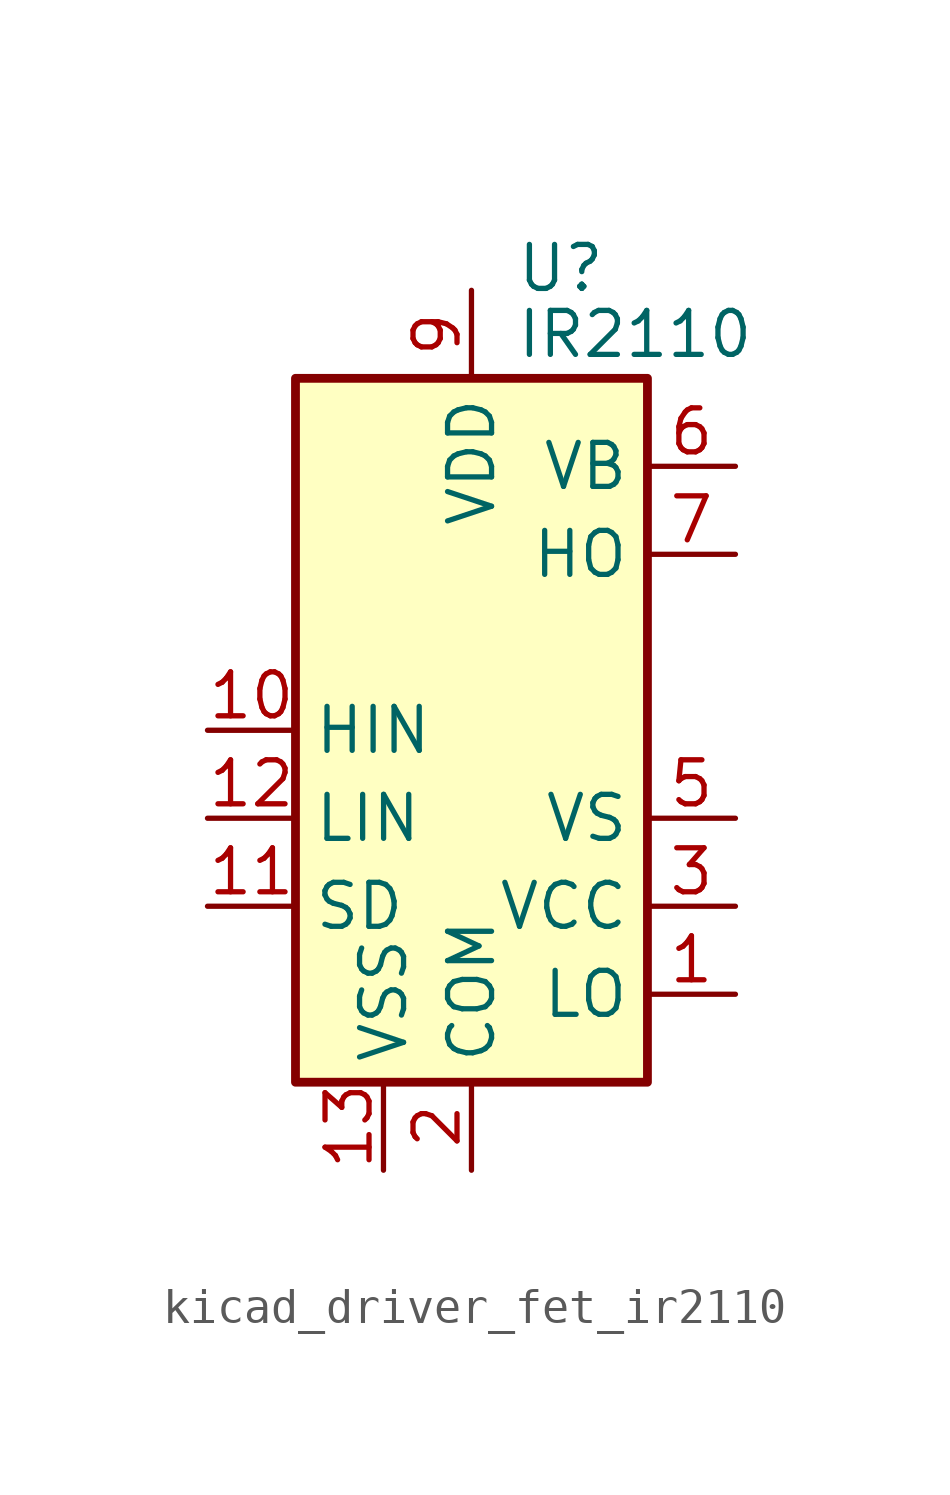
<source format=kicad_sym>
(kicad_symbol_lib
  (version 20220914)
  (generator kicad_symbol_editor)
  (symbol "kicad_driver_fet_ir2110"
    (property "Reference" "U"
      (at 1.27 13.335 0)
      (effects (font (size 1.27 1.27)) (justify left)))
    (property "Value" "IR2110"
      (at 1.27 11.43 0)
      (effects (font (size 1.27 1.27)) (justify left)))
    (symbol "kicad_driver_fet_ir2110_0_1"
      (rectangle (start -5.08 -10.16) (end 5.08 10.16) (stroke (width 0.254) (type default)) (fill (type background))))
    (symbol "kicad_driver_fet_ir2110_1_1"
      (pin output line (at 7.62 -7.62 180) (length 2.54) (name "LO" (effects (font (size 1.27 1.27)))) (number "1" (effects (font (size 1.27 1.27)))))
      (pin input line (at -7.62 0 0) (length 2.54) (name "HIN" (effects (font (size 1.27 1.27)))) (number "10" (effects (font (size 1.27 1.27)))))
      (pin input line (at -7.62 -5.08 0) (length 2.54) (name "SD" (effects (font (size 1.27 1.27)))) (number "11" (effects (font (size 1.27 1.27)))))
      (pin input line (at -7.62 -2.54 0) (length 2.54) (name "LIN" (effects (font (size 1.27 1.27)))) (number "12" (effects (font (size 1.27 1.27)))))
      (pin power_in line (at -2.54 -12.7 90) (length 2.54) (name "VSS" (effects (font (size 1.27 1.27)))) (number "13" (effects (font (size 1.27 1.27)))))
      (pin no_connect line (at -5.08 2.54 0) (length 2.54) hide (name "NC" (effects (font (size 1.27 1.27)))) (number "14" (effects (font (size 1.27 1.27)))))
      (pin power_in line (at 0 -12.7 90) (length 2.54) (name "COM" (effects (font (size 1.27 1.27)))) (number "2" (effects (font (size 1.27 1.27)))))
      (pin power_in line (at 7.62 -5.08 180) (length 2.54) (name "VCC" (effects (font (size 1.27 1.27)))) (number "3" (effects (font (size 1.27 1.27)))))
      (pin no_connect line (at -5.08 7.62 0) (length 2.54) hide (name "NC" (effects (font (size 1.27 1.27)))) (number "4" (effects (font (size 1.27 1.27)))))
      (pin passive line (at 7.62 -2.54 180) (length 2.54) (name "VS" (effects (font (size 1.27 1.27)))) (number "5" (effects (font (size 1.27 1.27)))))
      (pin passive line (at 7.62 7.62 180) (length 2.54) (name "VB" (effects (font (size 1.27 1.27)))) (number "6" (effects (font (size 1.27 1.27)))))
      (pin output line (at 7.62 5.08 180) (length 2.54) (name "HO" (effects (font (size 1.27 1.27)))) (number "7" (effects (font (size 1.27 1.27)))))
      (pin no_connect line (at -5.08 5.08 0) (length 2.54) hide (name "NC" (effects (font (size 1.27 1.27)))) (number "8" (effects (font (size 1.27 1.27)))))
      (pin power_in line (at 0 12.7 270) (length 2.54) (name "VDD" (effects (font (size 1.27 1.27)))) (number "9" (effects (font (size 1.27 1.27))))))))
</source>
